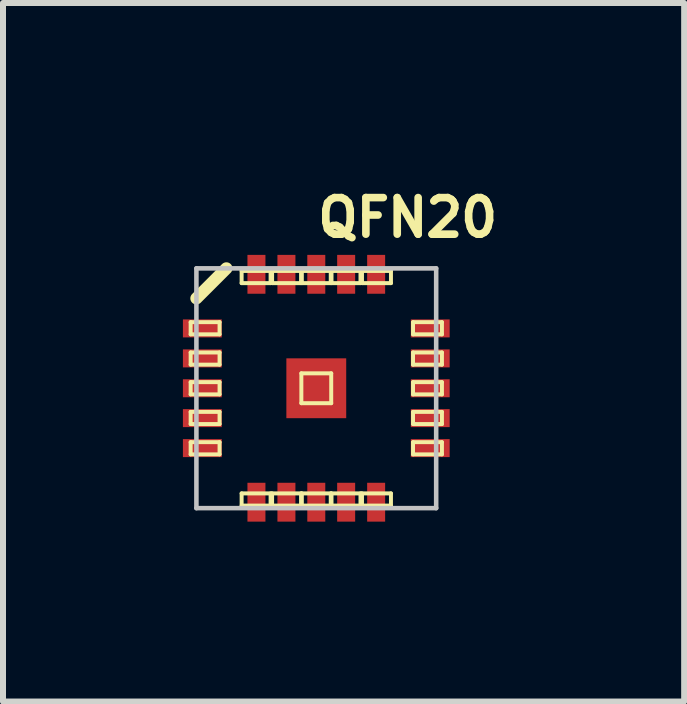
<source format=kicad_pcb>
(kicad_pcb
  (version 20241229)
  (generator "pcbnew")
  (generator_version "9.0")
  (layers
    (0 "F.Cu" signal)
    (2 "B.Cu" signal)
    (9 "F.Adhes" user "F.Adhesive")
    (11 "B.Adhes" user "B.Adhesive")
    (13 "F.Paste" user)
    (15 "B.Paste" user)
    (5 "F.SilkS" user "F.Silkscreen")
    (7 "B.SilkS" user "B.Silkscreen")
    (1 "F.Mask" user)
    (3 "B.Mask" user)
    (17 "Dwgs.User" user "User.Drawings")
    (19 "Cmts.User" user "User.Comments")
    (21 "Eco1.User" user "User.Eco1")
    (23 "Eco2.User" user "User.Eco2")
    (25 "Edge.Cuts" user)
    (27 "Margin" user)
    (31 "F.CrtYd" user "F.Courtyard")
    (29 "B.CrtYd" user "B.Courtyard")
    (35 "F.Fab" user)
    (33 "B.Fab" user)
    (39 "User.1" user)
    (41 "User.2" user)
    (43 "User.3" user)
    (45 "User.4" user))
  (footprint "QFN20"
    (layer "F.Cu")
    (at 2.224 3.424)
    (property "Reference" "QFN20" (at 1.524 -2.845 0) (layer "F.SilkS") (effects (font (size 0.61 0.61) (thickness 0.127))))
    (attr smd)
    (fp_line (start -2.095 -1.102) (end -1.613 -1.102) (stroke (width 0.066) (type solid)) (layer "F.SilkS"))
    (fp_line (start -2.095 -0.899) (end -2.095 -1.102) (stroke (width 0.066) (type solid)) (layer "F.SilkS"))
    (fp_line (start -2.095 -0.899) (end -1.613 -0.899) (stroke (width 0.066) (type solid)) (layer "F.SilkS"))
    (fp_line (start -2.095 -0.597) (end -1.613 -0.597) (stroke (width 0.066) (type solid)) (layer "F.SilkS"))
    (fp_line (start -2.095 -0.394) (end -2.095 -0.597) (stroke (width 0.066) (type solid)) (layer "F.SilkS"))
    (fp_line (start -2.095 -0.394) (end -1.613 -0.394) (stroke (width 0.066) (type solid)) (layer "F.SilkS"))
    (fp_line (start -2.095 -0.102) (end -1.613 -0.102) (stroke (width 0.066) (type solid)) (layer "F.SilkS"))
    (fp_line (start -2.095 0.102) (end -2.095 -0.102) (stroke (width 0.066) (type solid)) (layer "F.SilkS"))
    (fp_line (start -2.095 0.102) (end -1.613 0.102) (stroke (width 0.066) (type solid)) (layer "F.SilkS"))
    (fp_line (start -2.095 0.394) (end -1.613 0.394) (stroke (width 0.066) (type solid)) (layer "F.SilkS"))
    (fp_line (start -2.095 0.597) (end -2.095 0.394) (stroke (width 0.066) (type solid)) (layer "F.SilkS"))
    (fp_line (start -2.095 0.597) (end -1.613 0.597) (stroke (width 0.066) (type solid)) (layer "F.SilkS"))
    (fp_line (start -2.095 0.899) (end -1.613 0.899) (stroke (width 0.066) (type solid)) (layer "F.SilkS"))
    (fp_line (start -2.095 1.102) (end -2.095 0.899) (stroke (width 0.066) (type solid)) (layer "F.SilkS"))
    (fp_line (start -2.095 1.102) (end -1.613 1.102) (stroke (width 0.066) (type solid)) (layer "F.SilkS"))
    (fp_line (start -1.613 -0.899) (end -1.613 -1.102) (stroke (width 0.066) (type solid)) (layer "F.SilkS"))
    (fp_line (start -1.613 -0.394) (end -1.613 -0.597) (stroke (width 0.066) (type solid)) (layer "F.SilkS"))
    (fp_line (start -1.613 0.102) (end -1.613 -0.102) (stroke (width 0.066) (type solid)) (layer "F.SilkS"))
    (fp_line (start -1.613 0.597) (end -1.613 0.394) (stroke (width 0.066) (type solid)) (layer "F.SilkS"))
    (fp_line (start -1.613 1.102) (end -1.613 0.899) (stroke (width 0.066) (type solid)) (layer "F.SilkS"))
    (fp_line (start -1.499 -1.999) (end -1.999 -1.499) (stroke (width 0.203) (type solid)) (layer "F.SilkS"))
    (fp_line (start -1.245 -1.956) (end -0.762 -1.956) (stroke (width 0.066) (type solid)) (layer "F.SilkS"))
    (fp_line (start -1.245 -1.753) (end -1.245 -1.956) (stroke (width 0.066) (type solid)) (layer "F.SilkS"))
    (fp_line (start -1.245 -1.753) (end -0.762 -1.753) (stroke (width 0.066) (type solid)) (layer "F.SilkS"))
    (fp_line (start -1.245 1.753) (end -0.762 1.753) (stroke (width 0.066) (type solid)) (layer "F.SilkS"))
    (fp_line (start -1.245 1.956) (end -1.245 1.753) (stroke (width 0.066) (type solid)) (layer "F.SilkS"))
    (fp_line (start -1.245 1.956) (end -0.762 1.956) (stroke (width 0.066) (type solid)) (layer "F.SilkS"))
    (fp_line (start -0.762 -1.753) (end -0.762 -1.956) (stroke (width 0.066) (type solid)) (layer "F.SilkS"))
    (fp_line (start -0.762 1.956) (end -0.762 1.753) (stroke (width 0.066) (type solid)) (layer "F.SilkS"))
    (fp_line (start -0.737 -1.956) (end -0.254 -1.956) (stroke (width 0.066) (type solid)) (layer "F.SilkS"))
    (fp_line (start -0.737 -1.753) (end -0.737 -1.956) (stroke (width 0.066) (type solid)) (layer "F.SilkS"))
    (fp_line (start -0.737 -1.753) (end -0.254 -1.753) (stroke (width 0.066) (type solid)) (layer "F.SilkS"))
    (fp_line (start -0.737 1.753) (end -0.254 1.753) (stroke (width 0.066) (type solid)) (layer "F.SilkS"))
    (fp_line (start -0.737 1.956) (end -0.737 1.753) (stroke (width 0.066) (type solid)) (layer "F.SilkS"))
    (fp_line (start -0.737 1.956) (end -0.254 1.956) (stroke (width 0.066) (type solid)) (layer "F.SilkS"))
    (fp_line (start -0.254 -1.753) (end -0.254 -1.956) (stroke (width 0.066) (type solid)) (layer "F.SilkS"))
    (fp_line (start -0.254 1.956) (end -0.254 1.753) (stroke (width 0.066) (type solid)) (layer "F.SilkS"))
    (fp_line (start -0.249 -0.249) (end 0.249 -0.249) (stroke (width 0.066) (type solid)) (layer "F.SilkS"))
    (fp_line (start -0.249 0.249) (end -0.249 -0.249) (stroke (width 0.066) (type solid)) (layer "F.SilkS"))
    (fp_line (start -0.249 0.249) (end 0.249 0.249) (stroke (width 0.066) (type solid)) (layer "F.SilkS"))
    (fp_line (start -0.241 -1.956) (end 0.241 -1.956) (stroke (width 0.066) (type solid)) (layer "F.SilkS"))
    (fp_line (start -0.241 -1.753) (end -0.241 -1.956) (stroke (width 0.066) (type solid)) (layer "F.SilkS"))
    (fp_line (start -0.241 -1.753) (end 0.241 -1.753) (stroke (width 0.066) (type solid)) (layer "F.SilkS"))
    (fp_line (start -0.241 1.753) (end 0.241 1.753) (stroke (width 0.066) (type solid)) (layer "F.SilkS"))
    (fp_line (start -0.241 1.956) (end -0.241 1.753) (stroke (width 0.066) (type solid)) (layer "F.SilkS"))
    (fp_line (start -0.241 1.956) (end 0.241 1.956) (stroke (width 0.066) (type solid)) (layer "F.SilkS"))
    (fp_line (start 0.241 -1.753) (end 0.241 -1.956) (stroke (width 0.066) (type solid)) (layer "F.SilkS"))
    (fp_line (start 0.241 1.956) (end 0.241 1.753) (stroke (width 0.066) (type solid)) (layer "F.SilkS"))
    (fp_line (start 0.249 0.249) (end 0.249 -0.249) (stroke (width 0.066) (type solid)) (layer "F.SilkS"))
    (fp_line (start 0.254 -1.956) (end 0.737 -1.956) (stroke (width 0.066) (type solid)) (layer "F.SilkS"))
    (fp_line (start 0.254 -1.753) (end 0.254 -1.956) (stroke (width 0.066) (type solid)) (layer "F.SilkS"))
    (fp_line (start 0.254 -1.753) (end 0.737 -1.753) (stroke (width 0.066) (type solid)) (layer "F.SilkS"))
    (fp_line (start 0.254 1.753) (end 0.737 1.753) (stroke (width 0.066) (type solid)) (layer "F.SilkS"))
    (fp_line (start 0.254 1.956) (end 0.254 1.753) (stroke (width 0.066) (type solid)) (layer "F.SilkS"))
    (fp_line (start 0.254 1.956) (end 0.737 1.956) (stroke (width 0.066) (type solid)) (layer "F.SilkS"))
    (fp_line (start 0.737 -1.753) (end 0.737 -1.956) (stroke (width 0.066) (type solid)) (layer "F.SilkS"))
    (fp_line (start 0.737 1.956) (end 0.737 1.753) (stroke (width 0.066) (type solid)) (layer "F.SilkS"))
    (fp_line (start 0.762 -1.956) (end 1.245 -1.956) (stroke (width 0.066) (type solid)) (layer "F.SilkS"))
    (fp_line (start 0.762 -1.753) (end 0.762 -1.956) (stroke (width 0.066) (type solid)) (layer "F.SilkS"))
    (fp_line (start 0.762 -1.753) (end 1.245 -1.753) (stroke (width 0.066) (type solid)) (layer "F.SilkS"))
    (fp_line (start 0.762 1.753) (end 1.245 1.753) (stroke (width 0.066) (type solid)) (layer "F.SilkS"))
    (fp_line (start 0.762 1.956) (end 0.762 1.753) (stroke (width 0.066) (type solid)) (layer "F.SilkS"))
    (fp_line (start 0.762 1.956) (end 1.245 1.956) (stroke (width 0.066) (type solid)) (layer "F.SilkS"))
    (fp_line (start 1.245 -1.753) (end 1.245 -1.956) (stroke (width 0.066) (type solid)) (layer "F.SilkS"))
    (fp_line (start 1.245 1.956) (end 1.245 1.753) (stroke (width 0.066) (type solid)) (layer "F.SilkS"))
    (fp_line (start 1.613 -1.102) (end 2.095 -1.102) (stroke (width 0.066) (type solid)) (layer "F.SilkS"))
    (fp_line (start 1.613 -0.899) (end 1.613 -1.102) (stroke (width 0.066) (type solid)) (layer "F.SilkS"))
    (fp_line (start 1.613 -0.899) (end 2.095 -0.899) (stroke (width 0.066) (type solid)) (layer "F.SilkS"))
    (fp_line (start 1.613 -0.597) (end 2.095 -0.597) (stroke (width 0.066) (type solid)) (layer "F.SilkS"))
    (fp_line (start 1.613 -0.394) (end 1.613 -0.597) (stroke (width 0.066) (type solid)) (layer "F.SilkS"))
    (fp_line (start 1.613 -0.394) (end 2.095 -0.394) (stroke (width 0.066) (type solid)) (layer "F.SilkS"))
    (fp_line (start 1.613 -0.102) (end 2.095 -0.102) (stroke (width 0.066) (type solid)) (layer "F.SilkS"))
    (fp_line (start 1.613 0.102) (end 1.613 -0.102) (stroke (width 0.066) (type solid)) (layer "F.SilkS"))
    (fp_line (start 1.613 0.102) (end 2.095 0.102) (stroke (width 0.066) (type solid)) (layer "F.SilkS"))
    (fp_line (start 1.613 0.394) (end 2.095 0.394) (stroke (width 0.066) (type solid)) (layer "F.SilkS"))
    (fp_line (start 1.613 0.597) (end 1.613 0.394) (stroke (width 0.066) (type solid)) (layer "F.SilkS"))
    (fp_line (start 1.613 0.597) (end 2.095 0.597) (stroke (width 0.066) (type solid)) (layer "F.SilkS"))
    (fp_line (start 1.613 0.899) (end 2.095 0.899) (stroke (width 0.066) (type solid)) (layer "F.SilkS"))
    (fp_line (start 1.613 1.102) (end 1.613 0.899) (stroke (width 0.066) (type solid)) (layer "F.SilkS"))
    (fp_line (start 1.613 1.102) (end 2.095 1.102) (stroke (width 0.066) (type solid)) (layer "F.SilkS"))
    (fp_line (start 2.095 -0.899) (end 2.095 -1.102) (stroke (width 0.066) (type solid)) (layer "F.SilkS"))
    (fp_line (start 2.095 -0.394) (end 2.095 -0.597) (stroke (width 0.066) (type solid)) (layer "F.SilkS"))
    (fp_line (start 2.095 0.102) (end 2.095 -0.102) (stroke (width 0.066) (type solid)) (layer "F.SilkS"))
    (fp_line (start 2.095 0.597) (end 2.095 0.394) (stroke (width 0.066) (type solid)) (layer "F.SilkS"))
    (fp_line (start 2.095 1.102) (end 2.095 0.899) (stroke (width 0.066) (type solid)) (layer "F.SilkS"))
    (fp_line (start -1.999 -1.999) (end 1.999 -1.999) (stroke (width 0.076) (type solid)) (layer "Dwgs.User"))
    (fp_line (start -1.999 1.999) (end -1.999 -1.999) (stroke (width 0.076) (type solid)) (layer "Dwgs.User"))
    (fp_line (start 1.999 -1.999) (end 1.999 1.999) (stroke (width 0.076) (type solid)) (layer "Dwgs.User"))
    (fp_line (start 1.999 1.999) (end -1.999 1.999) (stroke (width 0.076) (type solid)) (layer "Dwgs.User"))
    (pad "0" smd rect (at 0 0 180) (size 0.998 0.998) (layers "F.Cu" "F.Mask" "F.Paste"))
    (pad "1" smd rect (at -1.9 -0.998) (size 0.648 0.3) (layers "F.Cu" "F.Mask" "F.Paste"))
    (pad "2" smd rect (at -1.9 -0.498) (size 0.648 0.3) (layers "F.Cu" "F.Mask" "F.Paste"))
    (pad "3" smd rect (at -1.9 0) (size 0.648 0.3) (layers "F.Cu" "F.Mask" "F.Paste"))
    (pad "4" smd rect (at -1.9 0.498) (size 0.648 0.3) (layers "F.Cu" "F.Mask" "F.Paste"))
    (pad "5" smd rect (at -1.9 0.998 180) (size 0.648 0.3) (layers "F.Cu" "F.Mask" "F.Paste"))
    (pad "6" smd rect (at -0.998 1.9 270) (size 0.648 0.3) (layers "F.Cu" "F.Mask" "F.Paste"))
    (pad "7" smd rect (at -0.498 1.9 270) (size 0.648 0.3) (layers "F.Cu" "F.Mask" "F.Paste"))
    (pad "8" smd rect (at 0 1.9 270) (size 0.648 0.3) (layers "F.Cu" "F.Mask" "F.Paste"))
    (pad "9" smd rect (at 0.498 1.9 90) (size 0.648 0.3) (layers "F.Cu" "F.Mask" "F.Paste"))
    (pad "10" smd rect (at 0.998 1.9 90) (size 0.648 0.3) (layers "F.Cu" "F.Mask" "F.Paste"))
    (pad "11" smd rect (at 1.9 0.998 180) (size 0.648 0.3) (layers "F.Cu" "F.Mask" "F.Paste"))
    (pad "12" smd rect (at 1.9 0.498 180) (size 0.648 0.3) (layers "F.Cu" "F.Mask" "F.Paste"))
    (pad "13" smd rect (at 1.9 0) (size 0.648 0.3) (layers "F.Cu" "F.Mask" "F.Paste"))
    (pad "14" smd rect (at 1.9 -0.498) (size 0.648 0.3) (layers "F.Cu" "F.Mask" "F.Paste"))
    (pad "15" smd rect (at 1.9 -0.998) (size 0.648 0.3) (layers "F.Cu" "F.Mask" "F.Paste"))
    (pad "16" smd rect (at 0.998 -1.9 90) (size 0.648 0.3) (layers "F.Cu" "F.Mask" "F.Paste"))
    (pad "17" smd rect (at 0.498 -1.9 270) (size 0.648 0.3) (layers "F.Cu" "F.Mask" "F.Paste"))
    (pad "18" smd rect (at 0 -1.9 90) (size 0.648 0.3) (layers "F.Cu" "F.Mask" "F.Paste"))
    (pad "19" smd rect (at -0.498 -1.9 90) (size 0.648 0.3) (layers "F.Cu" "F.Mask" "F.Paste"))
    (pad "20" smd rect (at -0.998 -1.9 90) (size 0.648 0.3) (layers "F.Cu" "F.Mask" "F.Paste")))
  (gr_rect
    (start -3 -3)
    (end 8.358 8.648)
    (stroke (width 0.1) (type default))
    (fill no)
    (layer "Edge.Cuts")))
</source>
